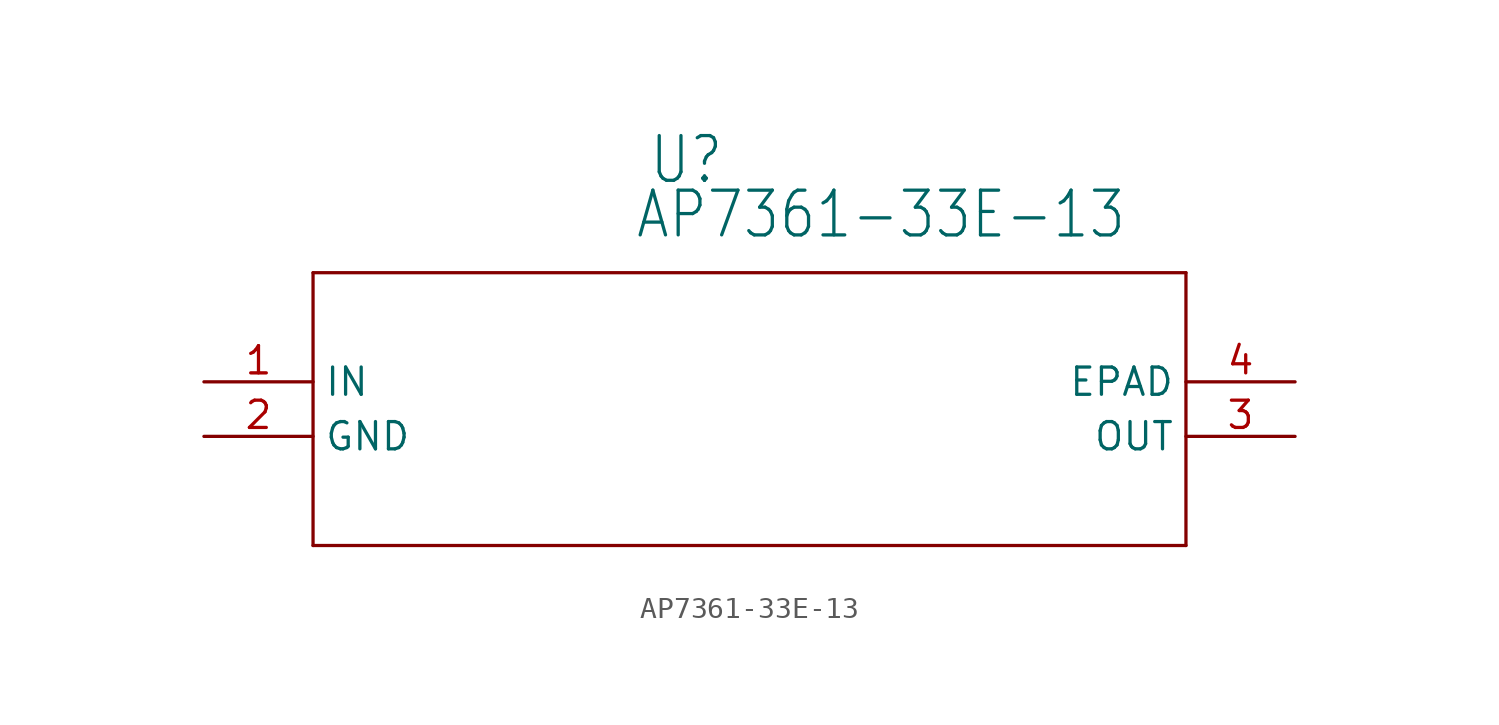
<source format=kicad_sym>
(kicad_symbol_lib
  (version 20211014)
  (generator kicad_symbol_editor)
  (symbol "AP7361-33E-13"
    (property "Reference" "U"
      (at 23.216 9.119 0)
      (effects (font (size 2.083 1.77)) (justify left bottom)))
    (property "Value" "AP7361-33E-13"
      (at 22.581 6.579 0)
      (effects (font (size 2.083 1.77)) (justify left bottom)))
    (property "ki_locked" ""
      (at 0 0 0)
      (effects (font (size 1.27 1.27))))
    (symbol "AP7361-33E-13_1_0"
      (polyline (pts (xy 7.62 -7.62) (xy 48.26 -7.62)) (stroke (width 0.152) (type default) (color 0 0 0 0)) (fill (type none)))
      (polyline (pts (xy 7.62 5.08) (xy 7.62 -7.62)) (stroke (width 0.152) (type default) (color 0 0 0 0)) (fill (type none)))
      (polyline (pts (xy 48.26 -7.62) (xy 48.26 5.08)) (stroke (width 0.152) (type default) (color 0 0 0 0)) (fill (type none)))
      (polyline (pts (xy 48.26 5.08) (xy 7.62 5.08)) (stroke (width 0.152) (type default) (color 0 0 0 0)) (fill (type none)))
      (pin input line (at 2.54 0 0) (length 5.08) (name "IN" (effects (font (size 1.27 1.27)))) (number "1" (effects (font (size 1.27 1.27)))))
      (pin power_in line (at 2.54 -2.54 0) (length 5.08) (name "GND" (effects (font (size 1.27 1.27)))) (number "2" (effects (font (size 1.27 1.27)))))
      (pin output line (at 53.34 -2.54 180) (length 5.08) (name "OUT" (effects (font (size 1.27 1.27)))) (number "3" (effects (font (size 1.27 1.27)))))
      (pin passive line (at 53.34 0 180) (length 5.08) (name "EPAD" (effects (font (size 1.27 1.27)))) (number "4" (effects (font (size 1.27 1.27))))))))
</source>
